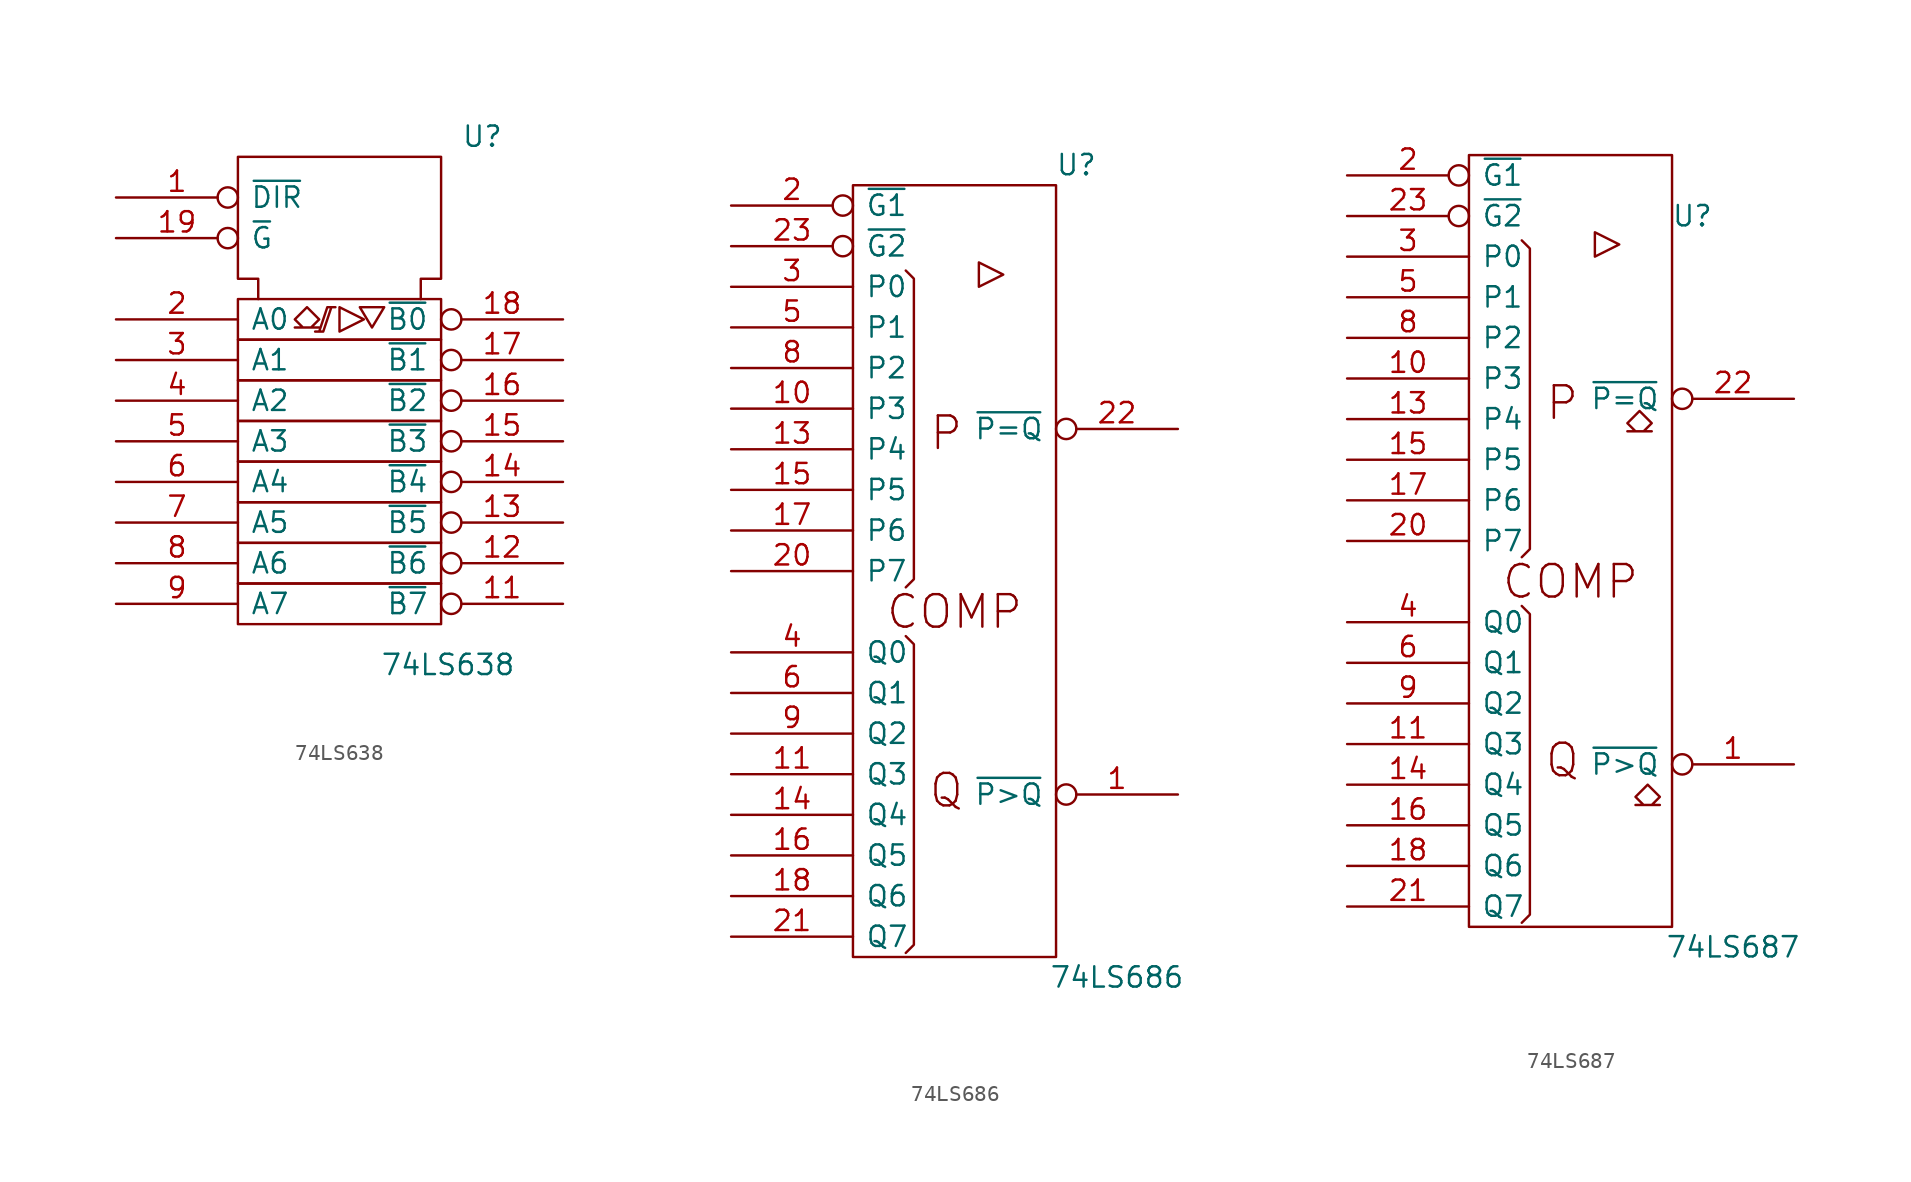
<source format=kicad_sym>
(kicad_symbol_lib
  (version 20201005)
  (generator kicad_symbol_editor)
  (symbol "74LS638"
    (pin_names
      (offset 0.762))
    (property "Reference" "U"
      (at 7.62 17.78 0)
      (effects (font (size 1.27 1.27)) (justify left)))
    (property "Value" "74LS638"
      (at 2.54 -15.24 0)
      (effects (font (size 1.27 1.27)) (justify left)))
    (symbol "74LS638_0_0"
      (polyline (pts (xy 0 7.112) (xy 0 5.588) (xy 1.524 6.35) (xy 0 7.112) (xy 0 7.112)) (stroke (width 0)) (fill (type none)))
      (polyline (pts (xy -2.032 7.112) (xy -2.794 6.35) (xy -2.286 5.842) (xy -2.794 5.842) (xy -1.27 5.842) (xy -1.778 5.842) (xy -1.27 6.35) (xy -2.032 7.112) (xy -2.032 7.112)) (stroke (width 0)) (fill (type none)))
      (polyline (pts (xy -1.524 5.588) (xy -1.016 5.588) (xy -0.508 7.112) (xy -0.254 7.112) (xy -0.762 7.112) (xy -1.27 5.588) (xy -1.27 5.588)) (stroke (width 0)) (fill (type none)))
      (polyline (pts (xy 1.27 7.112) (xy 2.794 7.112) (xy 2.032 5.842) (xy 1.27 7.112) (xy 1.27 7.112)) (stroke (width 0)) (fill (type none)))
      (pin power_in line (at 1.27 16.51 270) (length 0) hide (name "GND" (effects (font (size 1.27 1.27)))) (number "10" (effects (font (size 1.27 1.27)))))
      (pin power_in line (at 5.08 16.51 270) (length 0) hide (name "VCC" (effects (font (size 1.27 1.27)))) (number "20" (effects (font (size 1.27 1.27))))))
    (symbol "74LS638_0_1"
      (rectangle (start -6.35 7.62) (end 6.35 5.08) (stroke (width 0)) (fill (type none)))
      (rectangle (start -6.35 -10.16) (end 6.35 -12.7) (stroke (width 0)) (fill (type none)))
      (rectangle (start -6.35 5.08) (end 6.35 2.54) (stroke (width 0)) (fill (type none)))
      (rectangle (start -6.35 0) (end 6.35 -2.54) (stroke (width 0)) (fill (type none)))
      (rectangle (start -6.35 -7.62) (end 6.35 -10.16) (stroke (width 0)) (fill (type none)))
      (rectangle (start -6.35 -2.54) (end 6.35 -5.08) (stroke (width 0)) (fill (type none)))
      (rectangle (start -6.35 2.54) (end 6.35 0) (stroke (width 0)) (fill (type none)))
      (rectangle (start -6.35 -5.08) (end 6.35 -7.62) (stroke (width 0)) (fill (type none)))
      (polyline (pts (xy -5.08 7.62) (xy -5.08 8.89) (xy -6.35 8.89) (xy -6.35 16.51) (xy 6.35 16.51) (xy 6.35 8.89) (xy 5.08 8.89) (xy 5.08 7.62) (xy 5.08 7.62)) (stroke (width 0)) (fill (type none))))
    (symbol "74LS638_1_1"
      (pin tri_state inverted (at 13.97 -11.43 180) (length 7.62) (name "~B7" (effects (font (size 1.27 1.27)))) (number "11" (effects (font (size 1.27 1.27)))))
      (pin tri_state inverted (at 13.97 -8.89 180) (length 7.62) (name "~B6" (effects (font (size 1.27 1.27)))) (number "12" (effects (font (size 1.27 1.27)))))
      (pin tri_state inverted (at 13.97 -6.35 180) (length 7.62) (name "~B5" (effects (font (size 1.27 1.27)))) (number "13" (effects (font (size 1.27 1.27)))))
      (pin tri_state inverted (at 13.97 -3.81 180) (length 7.62) (name "~B4" (effects (font (size 1.27 1.27)))) (number "14" (effects (font (size 1.27 1.27)))))
      (pin tri_state inverted (at 13.97 -1.27 180) (length 7.62) (name "~B3" (effects (font (size 1.27 1.27)))) (number "15" (effects (font (size 1.27 1.27)))))
      (pin tri_state inverted (at 13.97 1.27 180) (length 7.62) (name "~B2" (effects (font (size 1.27 1.27)))) (number "16" (effects (font (size 1.27 1.27)))))
      (pin tri_state inverted (at 13.97 3.81 180) (length 7.62) (name "~B1" (effects (font (size 1.27 1.27)))) (number "17" (effects (font (size 1.27 1.27)))))
      (pin tri_state inverted (at 13.97 6.35 180) (length 7.62) (name "~B0" (effects (font (size 1.27 1.27)))) (number "18" (effects (font (size 1.27 1.27)))))
      (pin tri_state line (at -13.97 -11.43 0) (length 7.62) (name "A7" (effects (font (size 1.27 1.27)))) (number "9" (effects (font (size 1.27 1.27)))))
      (pin tri_state line (at -13.97 -8.89 0) (length 7.62) (name "A6" (effects (font (size 1.27 1.27)))) (number "8" (effects (font (size 1.27 1.27)))))
      (pin tri_state line (at -13.97 -6.35 0) (length 7.62) (name "A5" (effects (font (size 1.27 1.27)))) (number "7" (effects (font (size 1.27 1.27)))))
      (pin tri_state line (at -13.97 -3.81 0) (length 7.62) (name "A4" (effects (font (size 1.27 1.27)))) (number "6" (effects (font (size 1.27 1.27)))))
      (pin tri_state line (at -13.97 -1.27 0) (length 7.62) (name "A3" (effects (font (size 1.27 1.27)))) (number "5" (effects (font (size 1.27 1.27)))))
      (pin tri_state line (at -13.97 1.27 0) (length 7.62) (name "A2" (effects (font (size 1.27 1.27)))) (number "4" (effects (font (size 1.27 1.27)))))
      (pin tri_state line (at -13.97 3.81 0) (length 7.62) (name "A1" (effects (font (size 1.27 1.27)))) (number "3" (effects (font (size 1.27 1.27)))))
      (pin tri_state line (at -13.97 6.35 0) (length 7.62) (name "A0" (effects (font (size 1.27 1.27)))) (number "2" (effects (font (size 1.27 1.27)))))
      (pin input inverted (at -13.97 11.43 0) (length 7.62) (name "~G" (effects (font (size 1.27 1.27)))) (number "19" (effects (font (size 1.27 1.27)))))
      (pin input inverted (at -13.97 13.97 0) (length 7.62) (name "~DIR" (effects (font (size 1.27 1.27)))) (number "1" (effects (font (size 1.27 1.27)))))))
  (symbol "74LS686"
    (pin_names
      (offset 0.762))
    (property "Reference" "U"
      (at 7.62 27.94 0)
      (effects (font (size 1.27 1.27))))
    (property "Value" "74LS686"
      (at 10.16 -22.86 0)
      (effects (font (size 1.27 1.27))))
    (symbol "74LS686_0_0"
      (text "P" (at -0.508 11.176 0) (effects (font (size 2.032 2.032))))
      (text "COMP" (at 0 0 0) (effects (font (size 2.032 2.032))))
      (text "Q" (at -0.508 -11.176 0) (effects (font (size 2.032 2.032))))
      (rectangle (start -6.35 26.67) (end 6.35 -21.59) (stroke (width 0)) (fill (type none)))
      (polyline (pts (xy 1.524 21.844) (xy 1.524 20.32) (xy 3.048 21.082) (xy 1.524 21.844) (xy 1.524 21.844)) (stroke (width 0)) (fill (type none))))
    (symbol "74LS686_0_1"
      (polyline (pts (xy -3.048 -1.524) (xy -2.54 -2.032) (xy -2.54 -20.828) (xy -3.048 -21.336) (xy -3.048 -21.336)) (stroke (width 0)) (fill (type none)))
      (polyline (pts (xy -3.048 21.336) (xy -2.54 20.828) (xy -2.54 2.032) (xy -3.048 1.524) (xy -3.048 1.524)) (stroke (width 0)) (fill (type none))))
    (symbol "74LS686_1_1"
      (pin power_in line (at 0 26.67 270) (length 0) hide (name "Vcc" (effects (font (size 1.27 1.27)))) (number "24" (effects (font (size 1.27 1.27)))))
      (pin output inverted (at 13.97 -11.43 180) (length 7.62) (name "~P>Q" (effects (font (size 1.27 1.27)))) (number "1" (effects (font (size 1.27 1.27)))))
      (pin output inverted (at 13.97 11.43 180) (length 7.62) (name "~P=Q" (effects (font (size 1.27 1.27)))) (number "22" (effects (font (size 1.27 1.27)))))
      (pin input line (at -13.97 -20.32 0) (length 7.62) (name "Q7" (effects (font (size 1.27 1.27)))) (number "21" (effects (font (size 1.27 1.27)))))
      (pin input line (at -13.97 -17.78 0) (length 7.62) (name "Q6" (effects (font (size 1.27 1.27)))) (number "18" (effects (font (size 1.27 1.27)))))
      (pin input line (at -13.97 -15.24 0) (length 7.62) (name "Q5" (effects (font (size 1.27 1.27)))) (number "16" (effects (font (size 1.27 1.27)))))
      (pin input line (at -13.97 -12.7 0) (length 7.62) (name "Q4" (effects (font (size 1.27 1.27)))) (number "14" (effects (font (size 1.27 1.27)))))
      (pin input line (at -13.97 -10.16 0) (length 7.62) (name "Q3" (effects (font (size 1.27 1.27)))) (number "11" (effects (font (size 1.27 1.27)))))
      (pin input line (at -13.97 -7.62 0) (length 7.62) (name "Q2" (effects (font (size 1.27 1.27)))) (number "9" (effects (font (size 1.27 1.27)))))
      (pin input line (at -13.97 -5.08 0) (length 7.62) (name "Q1" (effects (font (size 1.27 1.27)))) (number "6" (effects (font (size 1.27 1.27)))))
      (pin input line (at -13.97 -2.54 0) (length 7.62) (name "Q0" (effects (font (size 1.27 1.27)))) (number "4" (effects (font (size 1.27 1.27)))))
      (pin input line (at -13.97 2.54 0) (length 7.62) (name "P7" (effects (font (size 1.27 1.27)))) (number "20" (effects (font (size 1.27 1.27)))))
      (pin input line (at -13.97 5.08 0) (length 7.62) (name "P6" (effects (font (size 1.27 1.27)))) (number "17" (effects (font (size 1.27 1.27)))))
      (pin input line (at -13.97 7.62 0) (length 7.62) (name "P5" (effects (font (size 1.27 1.27)))) (number "15" (effects (font (size 1.27 1.27)))))
      (pin input line (at -13.97 10.16 0) (length 7.62) (name "P4" (effects (font (size 1.27 1.27)))) (number "13" (effects (font (size 1.27 1.27)))))
      (pin input line (at -13.97 12.7 0) (length 7.62) (name "P3" (effects (font (size 1.27 1.27)))) (number "10" (effects (font (size 1.27 1.27)))))
      (pin input line (at -13.97 15.24 0) (length 7.62) (name "P2" (effects (font (size 1.27 1.27)))) (number "8" (effects (font (size 1.27 1.27)))))
      (pin input line (at -13.97 17.78 0) (length 7.62) (name "P1" (effects (font (size 1.27 1.27)))) (number "5" (effects (font (size 1.27 1.27)))))
      (pin input line (at -13.97 20.32 0) (length 7.62) (name "P0" (effects (font (size 1.27 1.27)))) (number "3" (effects (font (size 1.27 1.27)))))
      (pin input inverted (at -13.97 22.86 0) (length 7.62) (name "~G2" (effects (font (size 1.27 1.27)))) (number "23" (effects (font (size 1.27 1.27)))))
      (pin input inverted (at -13.97 25.4 0) (length 7.62) (name "~G1" (effects (font (size 1.27 1.27)))) (number "2" (effects (font (size 1.27 1.27)))))
      (pin power_in line (at 0 -21.59 90) (length 0) hide (name "Gnd" (effects (font (size 1.27 1.27)))) (number "12" (effects (font (size 1.27 1.27)))))))
  (symbol "74LS687"
    (pin_names
      (offset 0.762))
    (property "Reference" "U"
      (at 7.62 22.86 0)
      (effects (font (size 1.27 1.27))))
    (property "Value" "74LS687"
      (at 10.16 -22.86 0)
      (effects (font (size 1.27 1.27))))
    (symbol "74LS687_0_0"
      (text "P" (at -0.508 11.176 0) (effects (font (size 2.032 2.032))))
      (text "COMP" (at 0 0 0) (effects (font (size 2.032 2.032))))
      (text "Q" (at -0.508 -11.176 0) (effects (font (size 2.032 2.032))))
      (rectangle (start -6.35 26.67) (end 6.35 -21.59) (stroke (width 0)) (fill (type none)))
      (polyline (pts (xy 4.318 10.668) (xy 5.08 9.906) (xy 4.572 9.398) (xy 5.08 9.398) (xy 3.556 9.398) (xy 4.064 9.398) (xy 3.556 9.906) (xy 4.318 10.668) (xy 4.318 10.668)) (stroke (width 0)) (fill (type none)))
      (polyline (pts (xy 4.826 -12.7) (xy 5.588 -13.462) (xy 5.08 -13.97) (xy 5.588 -13.97) (xy 4.064 -13.97) (xy 4.572 -13.97) (xy 4.064 -13.462) (xy 4.826 -12.7) (xy 4.826 -12.7)) (stroke (width 0)) (fill (type none)))
      (polyline (pts (xy 1.524 21.844) (xy 1.524 20.32) (xy 3.048 21.082) (xy 1.524 21.844) (xy 1.524 21.844)) (stroke (width 0)) (fill (type none))))
    (symbol "74LS687_0_1"
      (polyline (pts (xy -3.048 -1.524) (xy -2.54 -2.032) (xy -2.54 -20.828) (xy -3.048 -21.336) (xy -3.048 -21.336)) (stroke (width 0)) (fill (type none)))
      (polyline (pts (xy -3.048 21.336) (xy -2.54 20.828) (xy -2.54 2.032) (xy -3.048 1.524) (xy -3.048 1.524)) (stroke (width 0)) (fill (type none))))
    (symbol "74LS687_1_1"
      (pin power_in line (at 0 26.67 270) (length 0) hide (name "Vcc" (effects (font (size 1.27 1.27)))) (number "24" (effects (font (size 1.27 1.27)))))
      (pin output inverted (at 13.97 -11.43 180) (length 7.62) (name "~P>Q" (effects (font (size 1.27 1.27)))) (number "1" (effects (font (size 1.27 1.27)))))
      (pin output inverted (at 13.97 11.43 180) (length 7.62) (name "~P=Q" (effects (font (size 1.27 1.27)))) (number "22" (effects (font (size 1.27 1.27)))))
      (pin input line (at -13.97 -20.32 0) (length 7.62) (name "Q7" (effects (font (size 1.27 1.27)))) (number "21" (effects (font (size 1.27 1.27)))))
      (pin input line (at -13.97 -17.78 0) (length 7.62) (name "Q6" (effects (font (size 1.27 1.27)))) (number "18" (effects (font (size 1.27 1.27)))))
      (pin input line (at -13.97 -15.24 0) (length 7.62) (name "Q5" (effects (font (size 1.27 1.27)))) (number "16" (effects (font (size 1.27 1.27)))))
      (pin input line (at -13.97 -12.7 0) (length 7.62) (name "Q4" (effects (font (size 1.27 1.27)))) (number "14" (effects (font (size 1.27 1.27)))))
      (pin input line (at -13.97 -10.16 0) (length 7.62) (name "Q3" (effects (font (size 1.27 1.27)))) (number "11" (effects (font (size 1.27 1.27)))))
      (pin input line (at -13.97 -7.62 0) (length 7.62) (name "Q2" (effects (font (size 1.27 1.27)))) (number "9" (effects (font (size 1.27 1.27)))))
      (pin input line (at -13.97 -5.08 0) (length 7.62) (name "Q1" (effects (font (size 1.27 1.27)))) (number "6" (effects (font (size 1.27 1.27)))))
      (pin input line (at -13.97 -2.54 0) (length 7.62) (name "Q0" (effects (font (size 1.27 1.27)))) (number "4" (effects (font (size 1.27 1.27)))))
      (pin input line (at -13.97 2.54 0) (length 7.62) (name "P7" (effects (font (size 1.27 1.27)))) (number "20" (effects (font (size 1.27 1.27)))))
      (pin input line (at -13.97 5.08 0) (length 7.62) (name "P6" (effects (font (size 1.27 1.27)))) (number "17" (effects (font (size 1.27 1.27)))))
      (pin input line (at -13.97 7.62 0) (length 7.62) (name "P5" (effects (font (size 1.27 1.27)))) (number "15" (effects (font (size 1.27 1.27)))))
      (pin input line (at -13.97 10.16 0) (length 7.62) (name "P4" (effects (font (size 1.27 1.27)))) (number "13" (effects (font (size 1.27 1.27)))))
      (pin input line (at -13.97 12.7 0) (length 7.62) (name "P3" (effects (font (size 1.27 1.27)))) (number "10" (effects (font (size 1.27 1.27)))))
      (pin input line (at -13.97 15.24 0) (length 7.62) (name "P2" (effects (font (size 1.27 1.27)))) (number "8" (effects (font (size 1.27 1.27)))))
      (pin input line (at -13.97 17.78 0) (length 7.62) (name "P1" (effects (font (size 1.27 1.27)))) (number "5" (effects (font (size 1.27 1.27)))))
      (pin input line (at -13.97 20.32 0) (length 7.62) (name "P0" (effects (font (size 1.27 1.27)))) (number "3" (effects (font (size 1.27 1.27)))))
      (pin input inverted (at -13.97 22.86 0) (length 7.62) (name "~G2" (effects (font (size 1.27 1.27)))) (number "23" (effects (font (size 1.27 1.27)))))
      (pin input inverted (at -13.97 25.4 0) (length 7.62) (name "~G1" (effects (font (size 1.27 1.27)))) (number "2" (effects (font (size 1.27 1.27)))))
      (pin power_in line (at 0 -21.59 90) (length 0) hide (name "Gnd" (effects (font (size 1.27 1.27)))) (number "12" (effects (font (size 1.27 1.27))))))))
</source>
